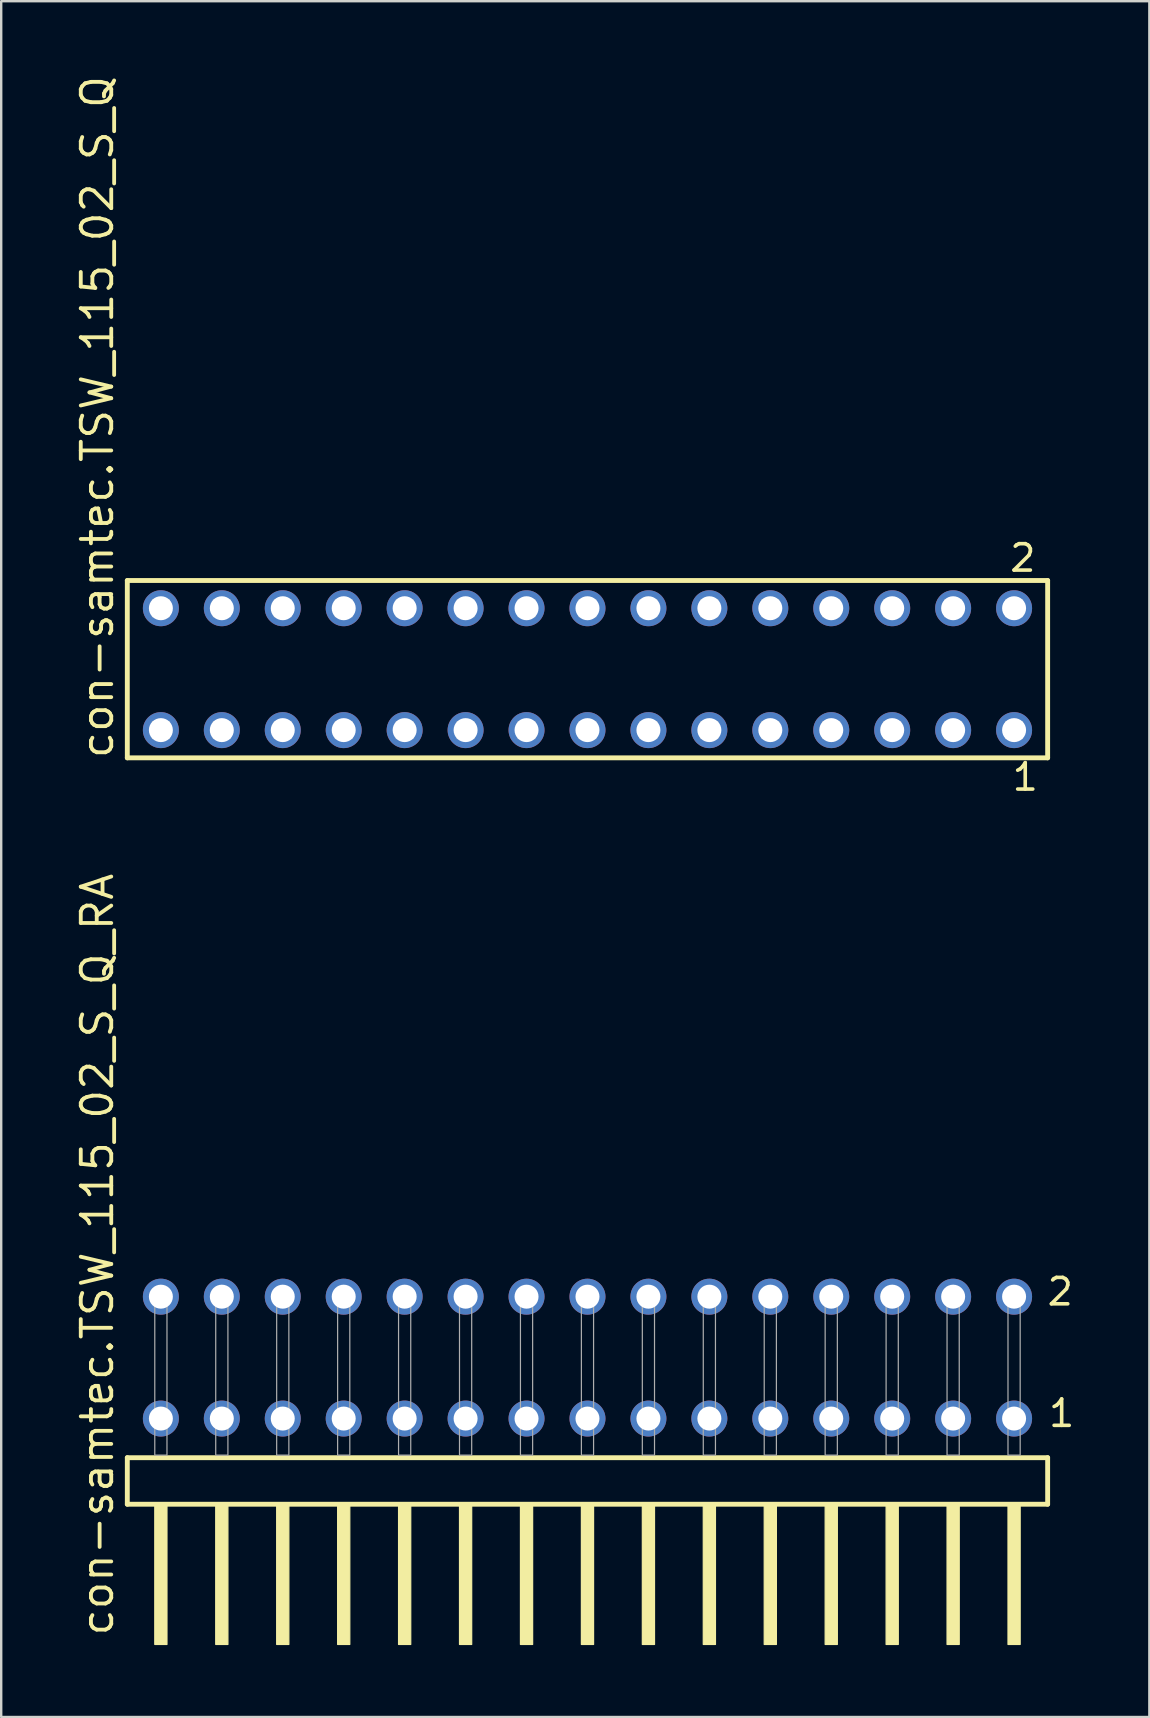
<source format=kicad_pcb>
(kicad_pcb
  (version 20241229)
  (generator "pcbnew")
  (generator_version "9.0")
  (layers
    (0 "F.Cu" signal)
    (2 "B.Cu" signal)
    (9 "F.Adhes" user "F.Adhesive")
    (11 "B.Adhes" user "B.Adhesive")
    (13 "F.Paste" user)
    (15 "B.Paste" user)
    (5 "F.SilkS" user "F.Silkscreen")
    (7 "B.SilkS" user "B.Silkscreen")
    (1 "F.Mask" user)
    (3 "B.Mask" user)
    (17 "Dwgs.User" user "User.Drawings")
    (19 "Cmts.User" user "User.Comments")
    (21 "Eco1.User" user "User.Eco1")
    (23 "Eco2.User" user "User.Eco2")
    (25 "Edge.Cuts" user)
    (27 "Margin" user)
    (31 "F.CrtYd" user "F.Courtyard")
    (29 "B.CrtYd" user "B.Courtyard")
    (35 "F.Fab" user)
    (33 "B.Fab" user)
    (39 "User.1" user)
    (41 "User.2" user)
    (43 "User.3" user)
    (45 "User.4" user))
  (footprint "con-samtec.TSW_115_02_S_Q"
    (layer "F.Cu")
    (at 21.435 24.84)
    (property "Reference" "con-samtec.TSW_115_02_S_Q" (at -19.685 3.81 90) (layer "F.SilkS") (effects (font (size 1.27 1.27) (thickness 0.16)) (justify left bottom)))
    (attr through_hole)
    (fp_line (start -19.179 -3.695) (end 19.179 -3.695) (stroke (width 0.203) (type default)) (layer "F.SilkS"))
    (fp_line (start -19.179 3.695) (end -19.179 -3.695) (stroke (width 0.203) (type default)) (layer "F.SilkS"))
    (fp_line (start 19.179 -3.695) (end 19.179 3.695) (stroke (width 0.203) (type default)) (layer "F.SilkS"))
    (fp_line (start 19.179 3.695) (end -19.179 3.695) (stroke (width 0.203) (type default)) (layer "F.SilkS"))
    (fp_rect (start -18.13 -2.19) (end -17.43 -2.89) (stroke (width 0.05) (type default)) (fill no) (layer "F.Fab"))
    (fp_rect (start -18.13 2.89) (end -17.43 2.19) (stroke (width 0.05) (type default)) (fill no) (layer "F.Fab"))
    (fp_rect (start -15.59 -2.19) (end -14.89 -2.89) (stroke (width 0.05) (type default)) (fill no) (layer "F.Fab"))
    (fp_rect (start -15.59 2.89) (end -14.89 2.19) (stroke (width 0.05) (type default)) (fill no) (layer "F.Fab"))
    (fp_rect (start -13.05 -2.19) (end -12.35 -2.89) (stroke (width 0.05) (type default)) (fill no) (layer "F.Fab"))
    (fp_rect (start -13.05 2.89) (end -12.35 2.19) (stroke (width 0.05) (type default)) (fill no) (layer "F.Fab"))
    (fp_rect (start -10.51 -2.19) (end -9.81 -2.89) (stroke (width 0.05) (type default)) (fill no) (layer "F.Fab"))
    (fp_rect (start -10.51 2.89) (end -9.81 2.19) (stroke (width 0.05) (type default)) (fill no) (layer "F.Fab"))
    (fp_rect (start -7.97 -2.19) (end -7.27 -2.89) (stroke (width 0.05) (type default)) (fill no) (layer "F.Fab"))
    (fp_rect (start -7.97 2.89) (end -7.27 2.19) (stroke (width 0.05) (type default)) (fill no) (layer "F.Fab"))
    (fp_rect (start -5.43 -2.19) (end -4.73 -2.89) (stroke (width 0.05) (type default)) (fill no) (layer "F.Fab"))
    (fp_rect (start -5.43 2.89) (end -4.73 2.19) (stroke (width 0.05) (type default)) (fill no) (layer "F.Fab"))
    (fp_rect (start -2.89 -2.19) (end -2.19 -2.89) (stroke (width 0.05) (type default)) (fill no) (layer "F.Fab"))
    (fp_rect (start -2.89 2.89) (end -2.19 2.19) (stroke (width 0.05) (type default)) (fill no) (layer "F.Fab"))
    (fp_rect (start -0.35 -2.19) (end 0.35 -2.89) (stroke (width 0.05) (type default)) (fill no) (layer "F.Fab"))
    (fp_rect (start -0.35 2.89) (end 0.35 2.19) (stroke (width 0.05) (type default)) (fill no) (layer "F.Fab"))
    (fp_rect (start 2.19 -2.19) (end 2.89 -2.89) (stroke (width 0.05) (type default)) (fill no) (layer "F.Fab"))
    (fp_rect (start 2.19 2.89) (end 2.89 2.19) (stroke (width 0.05) (type default)) (fill no) (layer "F.Fab"))
    (fp_rect (start 4.73 -2.19) (end 5.43 -2.89) (stroke (width 0.05) (type default)) (fill no) (layer "F.Fab"))
    (fp_rect (start 4.73 2.89) (end 5.43 2.19) (stroke (width 0.05) (type default)) (fill no) (layer "F.Fab"))
    (fp_rect (start 7.27 -2.19) (end 7.97 -2.89) (stroke (width 0.05) (type default)) (fill no) (layer "F.Fab"))
    (fp_rect (start 7.27 2.89) (end 7.97 2.19) (stroke (width 0.05) (type default)) (fill no) (layer "F.Fab"))
    (fp_rect (start 9.81 -2.19) (end 10.51 -2.89) (stroke (width 0.05) (type default)) (fill no) (layer "F.Fab"))
    (fp_rect (start 9.81 2.89) (end 10.51 2.19) (stroke (width 0.05) (type default)) (fill no) (layer "F.Fab"))
    (fp_rect (start 12.35 -2.19) (end 13.05 -2.89) (stroke (width 0.05) (type default)) (fill no) (layer "F.Fab"))
    (fp_rect (start 12.35 2.89) (end 13.05 2.19) (stroke (width 0.05) (type default)) (fill no) (layer "F.Fab"))
    (fp_rect (start 14.89 -2.19) (end 15.59 -2.89) (stroke (width 0.05) (type default)) (fill no) (layer "F.Fab"))
    (fp_rect (start 14.89 2.89) (end 15.59 2.19) (stroke (width 0.05) (type default)) (fill no) (layer "F.Fab"))
    (fp_rect (start 17.43 -2.19) (end 18.13 -2.89) (stroke (width 0.05) (type default)) (fill no) (layer "F.Fab"))
    (fp_rect (start 17.43 2.89) (end 18.13 2.19) (stroke (width 0.05) (type default)) (fill no) (layer "F.Fab"))
    (fp_text user "2" (at 17.522 -3.989 0) (layer "F.SilkS") (effects (font (size 1.1 1.1) (thickness 0.15)) (justify left bottom)))
    (fp_text user "1" (at 17.622 5.138 0) (layer "F.SilkS") (effects (font (size 1.1 1.1) (thickness 0.15)) (justify left bottom)))
    (pad "1" thru_hole circle (at 17.78 2.54 180) (size 1.5 1.5) (drill 1) (layers "*.Cu" "*.Mask"))
    (pad "2" thru_hole circle (at 17.78 -2.54 180) (size 1.5 1.5) (drill 1) (layers "*.Cu" "*.Mask"))
    (pad "3" thru_hole circle (at 15.24 2.54 180) (size 1.5 1.5) (drill 1) (layers "*.Cu" "*.Mask"))
    (pad "4" thru_hole circle (at 15.24 -2.54 180) (size 1.5 1.5) (drill 1) (layers "*.Cu" "*.Mask"))
    (pad "5" thru_hole circle (at 12.7 2.54 180) (size 1.5 1.5) (drill 1) (layers "*.Cu" "*.Mask"))
    (pad "6" thru_hole circle (at 12.7 -2.54 180) (size 1.5 1.5) (drill 1) (layers "*.Cu" "*.Mask"))
    (pad "7" thru_hole circle (at 10.16 2.54 180) (size 1.5 1.5) (drill 1) (layers "*.Cu" "*.Mask"))
    (pad "8" thru_hole circle (at 10.16 -2.54 180) (size 1.5 1.5) (drill 1) (layers "*.Cu" "*.Mask"))
    (pad "9" thru_hole circle (at 7.62 2.54 180) (size 1.5 1.5) (drill 1) (layers "*.Cu" "*.Mask"))
    (pad "10" thru_hole circle (at 7.62 -2.54 180) (size 1.5 1.5) (drill 1) (layers "*.Cu" "*.Mask"))
    (pad "11" thru_hole circle (at 5.08 2.54 180) (size 1.5 1.5) (drill 1) (layers "*.Cu" "*.Mask"))
    (pad "12" thru_hole circle (at 5.08 -2.54 180) (size 1.5 1.5) (drill 1) (layers "*.Cu" "*.Mask"))
    (pad "13" thru_hole circle (at 2.54 2.54 180) (size 1.5 1.5) (drill 1) (layers "*.Cu" "*.Mask"))
    (pad "14" thru_hole circle (at 2.54 -2.54 180) (size 1.5 1.5) (drill 1) (layers "*.Cu" "*.Mask"))
    (pad "15" thru_hole circle (at 0 2.54 180) (size 1.5 1.5) (drill 1) (layers "*.Cu" "*.Mask"))
    (pad "16" thru_hole circle (at 0 -2.54 180) (size 1.5 1.5) (drill 1) (layers "*.Cu" "*.Mask"))
    (pad "17" thru_hole circle (at -2.54 2.54 180) (size 1.5 1.5) (drill 1) (layers "*.Cu" "*.Mask"))
    (pad "18" thru_hole circle (at -2.54 -2.54 180) (size 1.5 1.5) (drill 1) (layers "*.Cu" "*.Mask"))
    (pad "19" thru_hole circle (at -5.08 2.54 180) (size 1.5 1.5) (drill 1) (layers "*.Cu" "*.Mask"))
    (pad "20" thru_hole circle (at -5.08 -2.54 180) (size 1.5 1.5) (drill 1) (layers "*.Cu" "*.Mask"))
    (pad "21" thru_hole circle (at -7.62 2.54 180) (size 1.5 1.5) (drill 1) (layers "*.Cu" "*.Mask"))
    (pad "22" thru_hole circle (at -7.62 -2.54 180) (size 1.5 1.5) (drill 1) (layers "*.Cu" "*.Mask"))
    (pad "23" thru_hole circle (at -10.16 2.54 180) (size 1.5 1.5) (drill 1) (layers "*.Cu" "*.Mask"))
    (pad "24" thru_hole circle (at -10.16 -2.54 180) (size 1.5 1.5) (drill 1) (layers "*.Cu" "*.Mask"))
    (pad "25" thru_hole circle (at -12.7 2.54 180) (size 1.5 1.5) (drill 1) (layers "*.Cu" "*.Mask"))
    (pad "26" thru_hole circle (at -12.7 -2.54 180) (size 1.5 1.5) (drill 1) (layers "*.Cu" "*.Mask"))
    (pad "27" thru_hole circle (at -15.24 2.54 180) (size 1.5 1.5) (drill 1) (layers "*.Cu" "*.Mask"))
    (pad "28" thru_hole circle (at -15.24 -2.54 180) (size 1.5 1.5) (drill 1) (layers "*.Cu" "*.Mask"))
    (pad "29" thru_hole circle (at -17.78 2.54 180) (size 1.5 1.5) (drill 1) (layers "*.Cu" "*.Mask"))
    (pad "30" thru_hole circle (at -17.78 -2.54 180) (size 1.5 1.5) (drill 1) (layers "*.Cu" "*.Mask")))
  (footprint "con-samtec.TSW_115_02_S_Q_RA"
    (layer "F.Cu")
    (at 21.435 57.597)
    (property "Reference" "con-samtec.TSW_115_02_S_Q_RA" (at -19.685 7.62 90) (layer "F.SilkS") (effects (font (size 1.27 1.27) (thickness 0.16)) (justify left bottom)))
    (attr through_hole)
    (fp_line (start -19.179 0.106) (end -19.179 2.046) (stroke (width 0.203) (type default)) (layer "F.SilkS"))
    (fp_line (start -19.179 2.046) (end 19.179 2.046) (stroke (width 0.203) (type default)) (layer "F.SilkS"))
    (fp_line (start 19.179 0.106) (end -19.179 0.106) (stroke (width 0.203) (type default)) (layer "F.SilkS"))
    (fp_line (start 19.179 2.046) (end 19.179 0.106) (stroke (width 0.203) (type default)) (layer "F.SilkS"))
    (fp_rect (start -18.034 7.89) (end -17.526 2.04) (stroke (width 0.05) (type default)) (fill yes) (layer "F.SilkS"))
    (fp_rect (start -15.494 7.89) (end -14.986 2.04) (stroke (width 0.05) (type default)) (fill yes) (layer "F.SilkS"))
    (fp_rect (start -12.954 7.89) (end -12.446 2.04) (stroke (width 0.05) (type default)) (fill yes) (layer "F.SilkS"))
    (fp_rect (start -10.414 7.89) (end -9.906 2.04) (stroke (width 0.05) (type default)) (fill yes) (layer "F.SilkS"))
    (fp_rect (start -7.874 7.89) (end -7.366 2.04) (stroke (width 0.05) (type default)) (fill yes) (layer "F.SilkS"))
    (fp_rect (start -5.334 7.89) (end -4.826 2.04) (stroke (width 0.05) (type default)) (fill yes) (layer "F.SilkS"))
    (fp_rect (start -2.794 7.89) (end -2.286 2.04) (stroke (width 0.05) (type default)) (fill yes) (layer "F.SilkS"))
    (fp_rect (start -0.254 7.89) (end 0.254 2.04) (stroke (width 0.05) (type default)) (fill yes) (layer "F.SilkS"))
    (fp_rect (start 2.286 7.89) (end 2.794 2.04) (stroke (width 0.05) (type default)) (fill yes) (layer "F.SilkS"))
    (fp_rect (start 4.826 7.89) (end 5.334 2.04) (stroke (width 0.05) (type default)) (fill yes) (layer "F.SilkS"))
    (fp_rect (start 7.366 7.89) (end 7.874 2.04) (stroke (width 0.05) (type default)) (fill yes) (layer "F.SilkS"))
    (fp_rect (start 9.906 7.89) (end 10.414 2.04) (stroke (width 0.05) (type default)) (fill yes) (layer "F.SilkS"))
    (fp_rect (start 12.446 7.89) (end 12.954 2.04) (stroke (width 0.05) (type default)) (fill yes) (layer "F.SilkS"))
    (fp_rect (start 14.986 7.89) (end 15.494 2.04) (stroke (width 0.05) (type default)) (fill yes) (layer "F.SilkS"))
    (fp_rect (start 17.526 7.89) (end 18.034 2.04) (stroke (width 0.05) (type default)) (fill yes) (layer "F.SilkS"))
    (fp_rect (start -18.034 0) (end -17.526 -6.858) (stroke (width 0.05) (type default)) (fill no) (layer "F.Fab"))
    (fp_rect (start -15.494 0) (end -14.986 -6.858) (stroke (width 0.05) (type default)) (fill no) (layer "F.Fab"))
    (fp_rect (start -12.954 0) (end -12.446 -6.858) (stroke (width 0.05) (type default)) (fill no) (layer "F.Fab"))
    (fp_rect (start -10.414 0) (end -9.906 -6.858) (stroke (width 0.05) (type default)) (fill no) (layer "F.Fab"))
    (fp_rect (start -7.874 0) (end -7.366 -6.858) (stroke (width 0.05) (type default)) (fill no) (layer "F.Fab"))
    (fp_rect (start -5.334 0) (end -4.826 -6.858) (stroke (width 0.05) (type default)) (fill no) (layer "F.Fab"))
    (fp_rect (start -2.794 0) (end -2.286 -6.858) (stroke (width 0.05) (type default)) (fill no) (layer "F.Fab"))
    (fp_rect (start -0.254 0) (end 0.254 -6.858) (stroke (width 0.05) (type default)) (fill no) (layer "F.Fab"))
    (fp_rect (start 2.286 0) (end 2.794 -6.858) (stroke (width 0.05) (type default)) (fill no) (layer "F.Fab"))
    (fp_rect (start 4.826 0) (end 5.334 -6.858) (stroke (width 0.05) (type default)) (fill no) (layer "F.Fab"))
    (fp_rect (start 7.366 0) (end 7.874 -6.858) (stroke (width 0.05) (type default)) (fill no) (layer "F.Fab"))
    (fp_rect (start 9.906 0) (end 10.414 -6.858) (stroke (width 0.05) (type default)) (fill no) (layer "F.Fab"))
    (fp_rect (start 12.446 0) (end 12.954 -6.858) (stroke (width 0.05) (type default)) (fill no) (layer "F.Fab"))
    (fp_rect (start 14.986 0) (end 15.494 -6.858) (stroke (width 0.05) (type default)) (fill no) (layer "F.Fab"))
    (fp_rect (start 17.526 0) (end 18.034 -6.858) (stroke (width 0.05) (type default)) (fill no) (layer "F.Fab"))
    (fp_text user "2" (at 19.08 -6.165 0) (layer "F.SilkS") (effects (font (size 1.1 1.1) (thickness 0.15)) (justify left bottom)))
    (fp_text user "1" (at 19.14 -1.1 0) (layer "F.SilkS") (effects (font (size 1.1 1.1) (thickness 0.15)) (justify left bottom)))
    (pad "1" thru_hole circle (at 17.78 -1.524 180) (size 1.5 1.5) (drill 1) (layers "*.Cu" "*.Mask"))
    (pad "2" thru_hole circle (at 17.78 -6.604 180) (size 1.5 1.5) (drill 1) (layers "*.Cu" "*.Mask"))
    (pad "3" thru_hole circle (at 15.24 -1.524 180) (size 1.5 1.5) (drill 1) (layers "*.Cu" "*.Mask"))
    (pad "4" thru_hole circle (at 15.24 -6.604 180) (size 1.5 1.5) (drill 1) (layers "*.Cu" "*.Mask"))
    (pad "5" thru_hole circle (at 12.7 -1.524 180) (size 1.5 1.5) (drill 1) (layers "*.Cu" "*.Mask"))
    (pad "6" thru_hole circle (at 12.7 -6.604 180) (size 1.5 1.5) (drill 1) (layers "*.Cu" "*.Mask"))
    (pad "7" thru_hole circle (at 10.16 -1.524 180) (size 1.5 1.5) (drill 1) (layers "*.Cu" "*.Mask"))
    (pad "8" thru_hole circle (at 10.16 -6.604 180) (size 1.5 1.5) (drill 1) (layers "*.Cu" "*.Mask"))
    (pad "9" thru_hole circle (at 7.62 -1.524 180) (size 1.5 1.5) (drill 1) (layers "*.Cu" "*.Mask"))
    (pad "10" thru_hole circle (at 7.62 -6.604 180) (size 1.5 1.5) (drill 1) (layers "*.Cu" "*.Mask"))
    (pad "11" thru_hole circle (at 5.08 -1.524 180) (size 1.5 1.5) (drill 1) (layers "*.Cu" "*.Mask"))
    (pad "12" thru_hole circle (at 5.08 -6.604 180) (size 1.5 1.5) (drill 1) (layers "*.Cu" "*.Mask"))
    (pad "13" thru_hole circle (at 2.54 -1.524 180) (size 1.5 1.5) (drill 1) (layers "*.Cu" "*.Mask"))
    (pad "14" thru_hole circle (at 2.54 -6.604 180) (size 1.5 1.5) (drill 1) (layers "*.Cu" "*.Mask"))
    (pad "15" thru_hole circle (at 0 -1.524 180) (size 1.5 1.5) (drill 1) (layers "*.Cu" "*.Mask"))
    (pad "16" thru_hole circle (at 0 -6.604 180) (size 1.5 1.5) (drill 1) (layers "*.Cu" "*.Mask"))
    (pad "17" thru_hole circle (at -2.54 -1.524 180) (size 1.5 1.5) (drill 1) (layers "*.Cu" "*.Mask"))
    (pad "18" thru_hole circle (at -2.54 -6.604 180) (size 1.5 1.5) (drill 1) (layers "*.Cu" "*.Mask"))
    (pad "19" thru_hole circle (at -5.08 -1.524 180) (size 1.5 1.5) (drill 1) (layers "*.Cu" "*.Mask"))
    (pad "20" thru_hole circle (at -5.08 -6.604 180) (size 1.5 1.5) (drill 1) (layers "*.Cu" "*.Mask"))
    (pad "21" thru_hole circle (at -7.62 -1.524 180) (size 1.5 1.5) (drill 1) (layers "*.Cu" "*.Mask"))
    (pad "22" thru_hole circle (at -7.62 -6.604 180) (size 1.5 1.5) (drill 1) (layers "*.Cu" "*.Mask"))
    (pad "23" thru_hole circle (at -10.16 -1.524 180) (size 1.5 1.5) (drill 1) (layers "*.Cu" "*.Mask"))
    (pad "24" thru_hole circle (at -10.16 -6.604 180) (size 1.5 1.5) (drill 1) (layers "*.Cu" "*.Mask"))
    (pad "25" thru_hole circle (at -12.7 -1.524 180) (size 1.5 1.5) (drill 1) (layers "*.Cu" "*.Mask"))
    (pad "26" thru_hole circle (at -12.7 -6.604 180) (size 1.5 1.5) (drill 1) (layers "*.Cu" "*.Mask"))
    (pad "27" thru_hole circle (at -15.24 -1.524 180) (size 1.5 1.5) (drill 1) (layers "*.Cu" "*.Mask"))
    (pad "28" thru_hole circle (at -15.24 -6.604 180) (size 1.5 1.5) (drill 1) (layers "*.Cu" "*.Mask"))
    (pad "29" thru_hole circle (at -17.78 -1.524 180) (size 1.5 1.5) (drill 1) (layers "*.Cu" "*.Mask"))
    (pad "30" thru_hole circle (at -17.78 -6.604 180) (size 1.5 1.5) (drill 1) (layers "*.Cu" "*.Mask")))
  (gr_rect
    (start -3 -3)
    (end 44.853 68.512)
    (stroke (width 0.1) (type default))
    (fill no)
    (layer "Edge.Cuts")))
</source>
